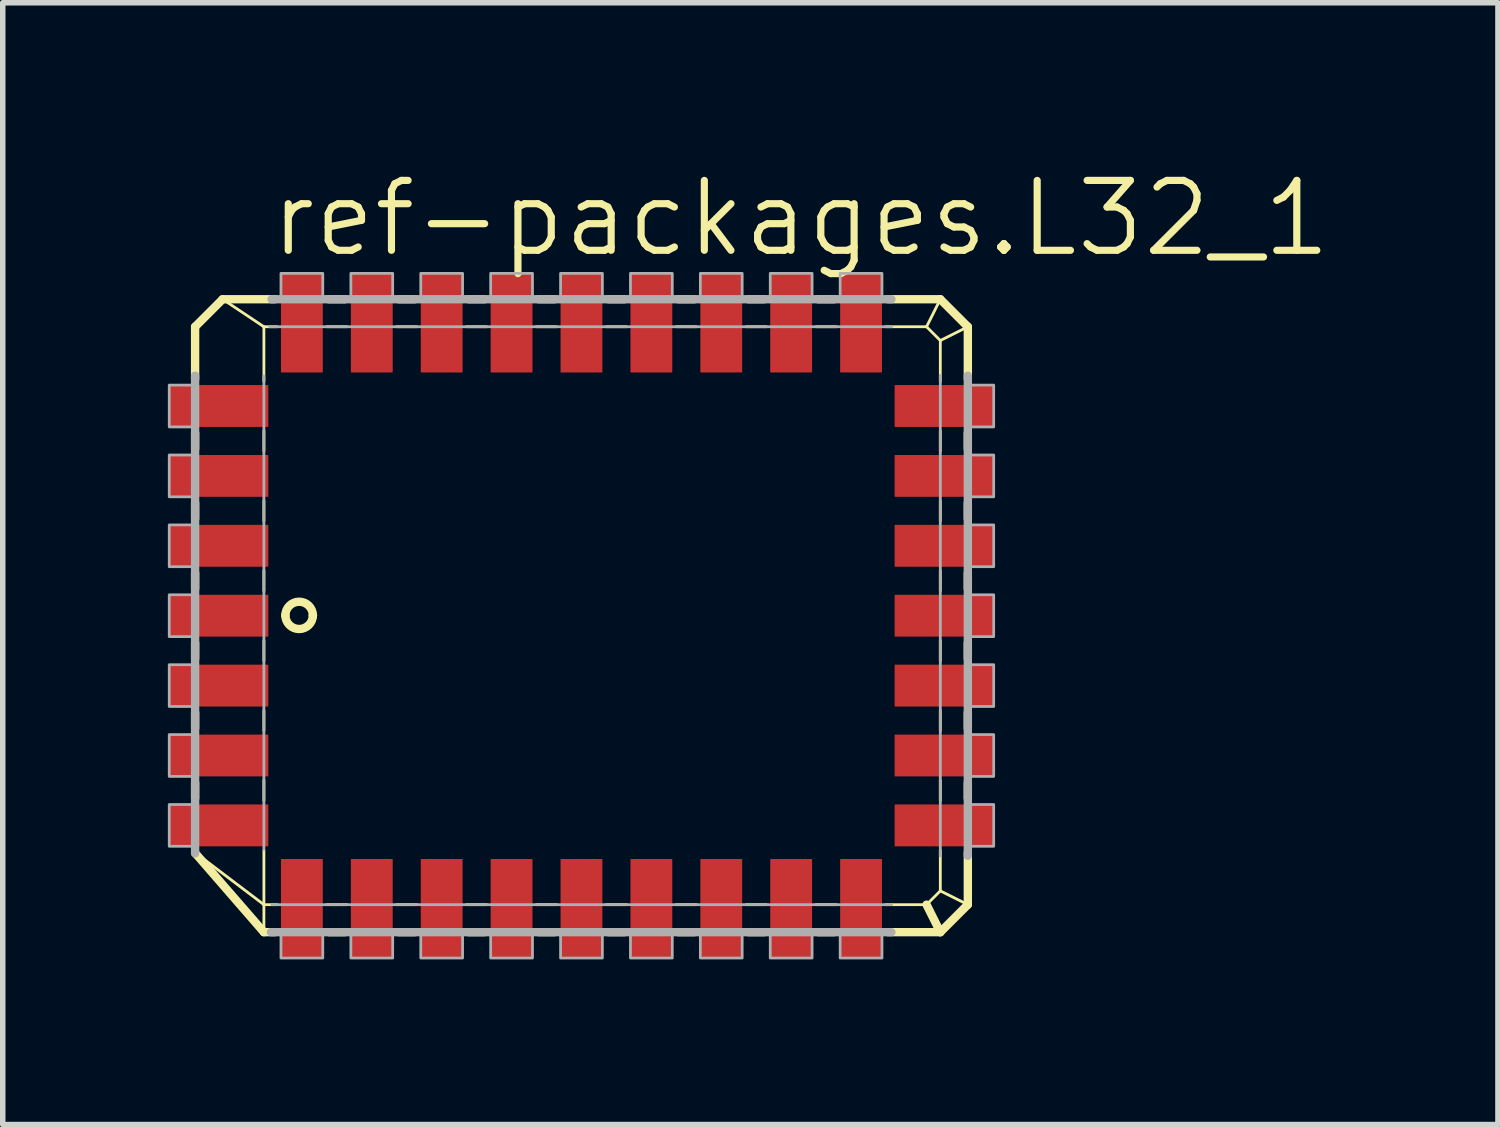
<source format=kicad_pcb>
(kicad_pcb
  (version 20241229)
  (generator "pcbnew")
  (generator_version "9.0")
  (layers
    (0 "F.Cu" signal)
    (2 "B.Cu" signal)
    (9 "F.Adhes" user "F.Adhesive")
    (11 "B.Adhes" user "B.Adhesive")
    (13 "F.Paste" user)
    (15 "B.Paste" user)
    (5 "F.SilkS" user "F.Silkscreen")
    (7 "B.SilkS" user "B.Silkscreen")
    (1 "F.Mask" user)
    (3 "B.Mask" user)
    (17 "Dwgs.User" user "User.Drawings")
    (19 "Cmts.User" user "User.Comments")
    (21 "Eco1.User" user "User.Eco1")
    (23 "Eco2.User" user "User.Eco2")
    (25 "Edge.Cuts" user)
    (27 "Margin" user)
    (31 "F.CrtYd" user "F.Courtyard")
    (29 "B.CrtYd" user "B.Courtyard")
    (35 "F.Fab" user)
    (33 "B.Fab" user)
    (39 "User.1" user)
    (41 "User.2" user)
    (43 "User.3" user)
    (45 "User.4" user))
  (footprint "ref-packages.L32_1"
    (layer "F.Cu")
    (at 7.515 8.137)
    (property "Reference" "ref-packages.L32_1" (at -5.715 -6.477 0) (layer "F.SilkS") (effects (font (size 1.27 1.27) (thickness 0.13)) (justify left bottom)))
    (attr smd)
    (fp_line (start -7.02 -5.25) (end -6.52 -5.75) (stroke (width 0.152) (type default)) (layer "F.SilkS"))
    (fp_line (start -7.02 -4.301) (end -7.02 -5.25) (stroke (width 0.152) (type default)) (layer "F.SilkS"))
    (fp_line (start -7.02 -3.031) (end -7.02 -3.319) (stroke (width 0.152) (type default)) (layer "F.SilkS"))
    (fp_line (start -7.02 -1.761) (end -7.02 -2.049) (stroke (width 0.152) (type default)) (layer "F.SilkS"))
    (fp_line (start -7.02 -0.491) (end -7.02 -0.779) (stroke (width 0.152) (type default)) (layer "F.SilkS"))
    (fp_line (start -7.02 0.779) (end -7.02 0.491) (stroke (width 0.152) (type default)) (layer "F.SilkS"))
    (fp_line (start -7.02 2.049) (end -7.02 1.761) (stroke (width 0.152) (type default)) (layer "F.SilkS"))
    (fp_line (start -7.02 3.319) (end -7.02 3.031) (stroke (width 0.152) (type default)) (layer "F.SilkS"))
    (fp_line (start -6.52 -5.75) (end -5.77 -5.25) (stroke (width 0.051) (type default)) (layer "F.SilkS"))
    (fp_line (start -6.52 -5.75) (end -5.571 -5.75) (stroke (width 0.152) (type default)) (layer "F.SilkS"))
    (fp_line (start -5.77 -5.25) (end -5.531 -5.25) (stroke (width 0.051) (type default)) (layer "F.SilkS"))
    (fp_line (start -5.77 -4.261) (end -5.77 -5.25) (stroke (width 0.051) (type default)) (layer "F.SilkS"))
    (fp_line (start -5.77 -2.991) (end -5.77 -3.359) (stroke (width 0.051) (type default)) (layer "F.SilkS"))
    (fp_line (start -5.77 -1.721) (end -5.77 -2.089) (stroke (width 0.051) (type default)) (layer "F.SilkS"))
    (fp_line (start -5.77 -0.451) (end -5.77 -0.819) (stroke (width 0.051) (type default)) (layer "F.SilkS"))
    (fp_line (start -5.77 0.819) (end -5.77 0.451) (stroke (width 0.051) (type default)) (layer "F.SilkS"))
    (fp_line (start -5.77 2.089) (end -5.77 1.721) (stroke (width 0.051) (type default)) (layer "F.SilkS"))
    (fp_line (start -5.77 3.359) (end -5.77 2.991) (stroke (width 0.051) (type default)) (layer "F.SilkS"))
    (fp_line (start -5.77 5.25) (end -7.009 4.312) (stroke (width 0.051) (type default)) (layer "F.SilkS"))
    (fp_line (start -5.77 5.25) (end -5.77 4.261) (stroke (width 0.051) (type default)) (layer "F.SilkS"))
    (fp_line (start -5.77 5.75) (end -7.02 4.311) (stroke (width 0.152) (type default)) (layer "F.SilkS"))
    (fp_line (start -5.77 5.75) (end -5.77 5.25) (stroke (width 0.051) (type default)) (layer "F.SilkS"))
    (fp_line (start -5.571 5.75) (end -5.77 5.75) (stroke (width 0.152) (type default)) (layer "F.SilkS"))
    (fp_line (start -5.531 5.25) (end -5.77 5.25) (stroke (width 0.051) (type default)) (layer "F.SilkS"))
    (fp_line (start -4.629 -5.25) (end -4.261 -5.25) (stroke (width 0.051) (type default)) (layer "F.SilkS"))
    (fp_line (start -4.589 -5.75) (end -4.301 -5.75) (stroke (width 0.152) (type default)) (layer "F.SilkS"))
    (fp_line (start -4.301 5.75) (end -4.589 5.75) (stroke (width 0.152) (type default)) (layer "F.SilkS"))
    (fp_line (start -4.261 5.25) (end -4.629 5.25) (stroke (width 0.051) (type default)) (layer "F.SilkS"))
    (fp_line (start -3.359 -5.25) (end -2.991 -5.25) (stroke (width 0.051) (type default)) (layer "F.SilkS"))
    (fp_line (start -3.319 -5.75) (end -3.031 -5.75) (stroke (width 0.152) (type default)) (layer "F.SilkS"))
    (fp_line (start -3.031 5.75) (end -3.319 5.75) (stroke (width 0.152) (type default)) (layer "F.SilkS"))
    (fp_line (start -2.991 5.25) (end -3.359 5.25) (stroke (width 0.051) (type default)) (layer "F.SilkS"))
    (fp_line (start -2.089 -5.25) (end -1.721 -5.25) (stroke (width 0.051) (type default)) (layer "F.SilkS"))
    (fp_line (start -2.049 -5.75) (end -1.761 -5.75) (stroke (width 0.152) (type default)) (layer "F.SilkS"))
    (fp_line (start -1.761 5.75) (end -2.049 5.75) (stroke (width 0.152) (type default)) (layer "F.SilkS"))
    (fp_line (start -1.721 5.25) (end -2.089 5.25) (stroke (width 0.051) (type default)) (layer "F.SilkS"))
    (fp_line (start -0.819 -5.25) (end -0.451 -5.25) (stroke (width 0.051) (type default)) (layer "F.SilkS"))
    (fp_line (start -0.779 -5.75) (end -0.491 -5.75) (stroke (width 0.152) (type default)) (layer "F.SilkS"))
    (fp_line (start -0.491 5.75) (end -0.779 5.75) (stroke (width 0.152) (type default)) (layer "F.SilkS"))
    (fp_line (start -0.451 5.25) (end -0.819 5.25) (stroke (width 0.051) (type default)) (layer "F.SilkS"))
    (fp_line (start 0.451 -5.25) (end 0.819 -5.25) (stroke (width 0.051) (type default)) (layer "F.SilkS"))
    (fp_line (start 0.491 -5.75) (end 0.779 -5.75) (stroke (width 0.152) (type default)) (layer "F.SilkS"))
    (fp_line (start 0.779 5.75) (end 0.491 5.75) (stroke (width 0.152) (type default)) (layer "F.SilkS"))
    (fp_line (start 0.819 5.25) (end 0.451 5.25) (stroke (width 0.051) (type default)) (layer "F.SilkS"))
    (fp_line (start 1.721 -5.25) (end 2.089 -5.25) (stroke (width 0.051) (type default)) (layer "F.SilkS"))
    (fp_line (start 1.761 -5.75) (end 2.049 -5.75) (stroke (width 0.152) (type default)) (layer "F.SilkS"))
    (fp_line (start 2.049 5.75) (end 1.761 5.75) (stroke (width 0.152) (type default)) (layer "F.SilkS"))
    (fp_line (start 2.089 5.25) (end 1.721 5.25) (stroke (width 0.051) (type default)) (layer "F.SilkS"))
    (fp_line (start 2.991 -5.25) (end 3.359 -5.25) (stroke (width 0.051) (type default)) (layer "F.SilkS"))
    (fp_line (start 3.031 -5.75) (end 3.319 -5.75) (stroke (width 0.152) (type default)) (layer "F.SilkS"))
    (fp_line (start 3.319 5.75) (end 3.031 5.75) (stroke (width 0.152) (type default)) (layer "F.SilkS"))
    (fp_line (start 3.359 5.25) (end 2.991 5.25) (stroke (width 0.051) (type default)) (layer "F.SilkS"))
    (fp_line (start 4.261 -5.25) (end 4.629 -5.25) (stroke (width 0.051) (type default)) (layer "F.SilkS"))
    (fp_line (start 4.301 -5.75) (end 4.589 -5.75) (stroke (width 0.152) (type default)) (layer "F.SilkS"))
    (fp_line (start 4.589 5.75) (end 4.301 5.75) (stroke (width 0.152) (type default)) (layer "F.SilkS"))
    (fp_line (start 4.629 5.25) (end 4.261 5.25) (stroke (width 0.051) (type default)) (layer "F.SilkS"))
    (fp_line (start 5.531 -5.25) (end 6.27 -5.25) (stroke (width 0.051) (type default)) (layer "F.SilkS"))
    (fp_line (start 5.571 -5.75) (end 6.52 -5.75) (stroke (width 0.152) (type default)) (layer "F.SilkS"))
    (fp_line (start 6.27 -5.25) (end 6.52 -5.75) (stroke (width 0.051) (type default)) (layer "F.SilkS"))
    (fp_line (start 6.27 -5.25) (end 6.52 -5) (stroke (width 0.051) (type default)) (layer "F.SilkS"))
    (fp_line (start 6.27 5.25) (end 5.531 5.25) (stroke (width 0.051) (type default)) (layer "F.SilkS"))
    (fp_line (start 6.52 -5.75) (end 7.02 -5.25) (stroke (width 0.152) (type default)) (layer "F.SilkS"))
    (fp_line (start 6.52 -5) (end 6.52 -4.261) (stroke (width 0.051) (type default)) (layer "F.SilkS"))
    (fp_line (start 6.52 -5) (end 7.02 -5.25) (stroke (width 0.051) (type default)) (layer "F.SilkS"))
    (fp_line (start 6.52 -3.359) (end 6.52 -2.991) (stroke (width 0.051) (type default)) (layer "F.SilkS"))
    (fp_line (start 6.52 -2.089) (end 6.52 -1.721) (stroke (width 0.051) (type default)) (layer "F.SilkS"))
    (fp_line (start 6.52 -0.819) (end 6.52 -0.451) (stroke (width 0.051) (type default)) (layer "F.SilkS"))
    (fp_line (start 6.52 0.451) (end 6.52 0.819) (stroke (width 0.051) (type default)) (layer "F.SilkS"))
    (fp_line (start 6.52 1.721) (end 6.52 2.089) (stroke (width 0.051) (type default)) (layer "F.SilkS"))
    (fp_line (start 6.52 2.991) (end 6.52 3.359) (stroke (width 0.051) (type default)) (layer "F.SilkS"))
    (fp_line (start 6.52 4.261) (end 6.52 5) (stroke (width 0.051) (type default)) (layer "F.SilkS"))
    (fp_line (start 6.52 5) (end 6.27 5.25) (stroke (width 0.051) (type default)) (layer "F.SilkS"))
    (fp_line (start 6.52 5.75) (end 5.571 5.75) (stroke (width 0.152) (type default)) (layer "F.SilkS"))
    (fp_line (start 6.52 5.75) (end 6.27 5.25) (stroke (width 0.152) (type default)) (layer "F.SilkS"))
    (fp_line (start 7.02 -5.25) (end 7.02 -4.301) (stroke (width 0.152) (type default)) (layer "F.SilkS"))
    (fp_line (start 7.02 -3.319) (end 7.02 -3.031) (stroke (width 0.152) (type default)) (layer "F.SilkS"))
    (fp_line (start 7.02 -2.049) (end 7.02 -1.761) (stroke (width 0.152) (type default)) (layer "F.SilkS"))
    (fp_line (start 7.02 -0.779) (end 7.02 -0.491) (stroke (width 0.152) (type default)) (layer "F.SilkS"))
    (fp_line (start 7.02 0.491) (end 7.02 0.779) (stroke (width 0.152) (type default)) (layer "F.SilkS"))
    (fp_line (start 7.02 1.761) (end 7.02 2.049) (stroke (width 0.152) (type default)) (layer "F.SilkS"))
    (fp_line (start 7.02 3.031) (end 7.02 3.319) (stroke (width 0.152) (type default)) (layer "F.SilkS"))
    (fp_line (start 7.02 4.301) (end 7.02 5.25) (stroke (width 0.152) (type default)) (layer "F.SilkS"))
    (fp_line (start 7.02 5.25) (end 6.52 5) (stroke (width 0.051) (type default)) (layer "F.SilkS"))
    (fp_line (start 7.02 5.25) (end 6.52 5.75) (stroke (width 0.152) (type default)) (layer "F.SilkS"))
    (fp_arc (start -5.38 -0.001) (mid -5.132964 -0.251018) (end -4.88 -0.007) (stroke (width 0.1524) (type default)) (layer "F.SilkS"))
    (fp_arc (start -4.88 -0.007) (mid -5.131 0.242) (end -5.38 -0.009) (stroke (width 0.1524) (type default)) (layer "F.SilkS"))
    (fp_arc (start -4.88 -0.007) (mid -4.879982 -0.004) (end -4.88 -0.001) (stroke (width 0.1524) (type default)) (layer "F.SilkS"))
    (fp_line (start -7.02 4.317) (end -7.02 -4.361) (stroke (width 0.152) (type default)) (layer "F.Fab"))
    (fp_line (start -5.77 4.245) (end -5.77 -4.355) (stroke (width 0.051) (type default)) (layer "F.Fab"))
    (fp_line (start -5.666 -5.25) (end 5.635 -5.25) (stroke (width 0.051) (type default)) (layer "F.Fab"))
    (fp_line (start -5.631 -5.75) (end 5.631 -5.75) (stroke (width 0.152) (type default)) (layer "F.Fab"))
    (fp_line (start 5.631 5.75) (end -5.643 5.75) (stroke (width 0.152) (type default)) (layer "F.Fab"))
    (fp_line (start 5.635 5.25) (end -5.626 5.25) (stroke (width 0.051) (type default)) (layer "F.Fab"))
    (fp_line (start 6.52 -4.365) (end 6.52 4.365) (stroke (width 0.051) (type default)) (layer "F.Fab"))
    (fp_line (start 7.02 -4.361) (end 7.02 4.361) (stroke (width 0.152) (type default)) (layer "F.Fab"))
    (fp_rect (start -7.49 -3.43) (end -7.02 -4.19) (stroke (width 0.05) (type default)) (fill no) (layer "F.Fab"))
    (fp_rect (start -7.49 -2.16) (end -7.02 -2.92) (stroke (width 0.05) (type default)) (fill no) (layer "F.Fab"))
    (fp_rect (start -7.49 -0.89) (end -7.02 -1.65) (stroke (width 0.05) (type default)) (fill no) (layer "F.Fab"))
    (fp_rect (start -7.49 0.38) (end -7.02 -0.38) (stroke (width 0.05) (type default)) (fill no) (layer "F.Fab"))
    (fp_rect (start -7.49 1.65) (end -7.02 0.89) (stroke (width 0.05) (type default)) (fill no) (layer "F.Fab"))
    (fp_rect (start -7.49 2.92) (end -7.02 2.16) (stroke (width 0.05) (type default)) (fill no) (layer "F.Fab"))
    (fp_rect (start -7.49 4.19) (end -7.02 3.43) (stroke (width 0.05) (type default)) (fill no) (layer "F.Fab"))
    (fp_rect (start -5.46 -5.75) (end -4.7 -6.22) (stroke (width 0.05) (type default)) (fill no) (layer "F.Fab"))
    (fp_rect (start -5.46 6.22) (end -4.7 5.75) (stroke (width 0.05) (type default)) (fill no) (layer "F.Fab"))
    (fp_rect (start -4.19 -5.75) (end -3.43 -6.22) (stroke (width 0.05) (type default)) (fill no) (layer "F.Fab"))
    (fp_rect (start -4.19 6.22) (end -3.43 5.75) (stroke (width 0.05) (type default)) (fill no) (layer "F.Fab"))
    (fp_rect (start -2.92 -5.75) (end -2.16 -6.22) (stroke (width 0.05) (type default)) (fill no) (layer "F.Fab"))
    (fp_rect (start -2.92 6.22) (end -2.16 5.75) (stroke (width 0.05) (type default)) (fill no) (layer "F.Fab"))
    (fp_rect (start -1.65 -5.75) (end -0.89 -6.22) (stroke (width 0.05) (type default)) (fill no) (layer "F.Fab"))
    (fp_rect (start -1.65 6.22) (end -0.89 5.75) (stroke (width 0.05) (type default)) (fill no) (layer "F.Fab"))
    (fp_rect (start -0.38 -5.75) (end 0.38 -6.22) (stroke (width 0.05) (type default)) (fill no) (layer "F.Fab"))
    (fp_rect (start -0.38 6.22) (end 0.38 5.75) (stroke (width 0.05) (type default)) (fill no) (layer "F.Fab"))
    (fp_rect (start 0.89 -5.75) (end 1.65 -6.22) (stroke (width 0.05) (type default)) (fill no) (layer "F.Fab"))
    (fp_rect (start 0.89 6.22) (end 1.65 5.75) (stroke (width 0.05) (type default)) (fill no) (layer "F.Fab"))
    (fp_rect (start 2.16 -5.75) (end 2.92 -6.22) (stroke (width 0.05) (type default)) (fill no) (layer "F.Fab"))
    (fp_rect (start 2.16 6.22) (end 2.92 5.75) (stroke (width 0.05) (type default)) (fill no) (layer "F.Fab"))
    (fp_rect (start 3.43 -5.75) (end 4.19 -6.22) (stroke (width 0.05) (type default)) (fill no) (layer "F.Fab"))
    (fp_rect (start 3.43 6.22) (end 4.19 5.75) (stroke (width 0.05) (type default)) (fill no) (layer "F.Fab"))
    (fp_rect (start 4.7 -5.75) (end 5.46 -6.22) (stroke (width 0.05) (type default)) (fill no) (layer "F.Fab"))
    (fp_rect (start 4.7 6.22) (end 5.46 5.75) (stroke (width 0.05) (type default)) (fill no) (layer "F.Fab"))
    (fp_rect (start 7.02 -3.43) (end 7.49 -4.19) (stroke (width 0.05) (type default)) (fill no) (layer "F.Fab"))
    (fp_rect (start 7.02 -2.16) (end 7.49 -2.92) (stroke (width 0.05) (type default)) (fill no) (layer "F.Fab"))
    (fp_rect (start 7.02 -0.89) (end 7.49 -1.65) (stroke (width 0.05) (type default)) (fill no) (layer "F.Fab"))
    (fp_rect (start 7.02 0.38) (end 7.49 -0.38) (stroke (width 0.05) (type default)) (fill no) (layer "F.Fab"))
    (fp_rect (start 7.02 1.65) (end 7.49 0.89) (stroke (width 0.05) (type default)) (fill no) (layer "F.Fab"))
    (fp_rect (start 7.02 2.92) (end 7.49 2.16) (stroke (width 0.05) (type default)) (fill no) (layer "F.Fab"))
    (fp_rect (start 7.02 4.19) (end 7.49 3.43) (stroke (width 0.05) (type default)) (fill no) (layer "F.Fab"))
    (pad "1" smd roundrect (at -6.59 0) (size 1.8 0.76) (layers "F.Cu" "F.Mask" "F.Paste") (roundrect_rratio 0.01))
    (pad "2" smd roundrect (at -6.59 1.27) (size 1.8 0.76) (layers "F.Cu" "F.Mask" "F.Paste") (roundrect_rratio 0.01))
    (pad "3" smd roundrect (at -6.59 2.54) (size 1.8 0.76) (layers "F.Cu" "F.Mask" "F.Paste") (roundrect_rratio 0.01))
    (pad "4" smd roundrect (at -6.59 3.81) (size 1.8 0.76) (layers "F.Cu" "F.Mask" "F.Paste") (roundrect_rratio 0.01))
    (pad "5" smd roundrect (at -5.08 5.32) (size 0.76 1.8) (layers "F.Cu" "F.Mask" "F.Paste") (roundrect_rratio 0.01))
    (pad "6" smd roundrect (at -3.81 5.32) (size 0.76 1.8) (layers "F.Cu" "F.Mask" "F.Paste") (roundrect_rratio 0.01))
    (pad "7" smd roundrect (at -2.54 5.32) (size 0.76 1.8) (layers "F.Cu" "F.Mask" "F.Paste") (roundrect_rratio 0.01))
    (pad "8" smd roundrect (at -1.27 5.32) (size 0.76 1.8) (layers "F.Cu" "F.Mask" "F.Paste") (roundrect_rratio 0.01))
    (pad "9" smd roundrect (at 0 5.32) (size 0.76 1.8) (layers "F.Cu" "F.Mask" "F.Paste") (roundrect_rratio 0.01))
    (pad "10" smd roundrect (at 1.27 5.32) (size 0.76 1.8) (layers "F.Cu" "F.Mask" "F.Paste") (roundrect_rratio 0.01))
    (pad "11" smd roundrect (at 2.54 5.32) (size 0.76 1.8) (layers "F.Cu" "F.Mask" "F.Paste") (roundrect_rratio 0.01))
    (pad "12" smd roundrect (at 3.81 5.32) (size 0.76 1.8) (layers "F.Cu" "F.Mask" "F.Paste") (roundrect_rratio 0.01))
    (pad "13" smd roundrect (at 5.08 5.32) (size 0.76 1.8) (layers "F.Cu" "F.Mask" "F.Paste") (roundrect_rratio 0.01))
    (pad "14" smd roundrect (at 6.59 3.81) (size 1.8 0.76) (layers "F.Cu" "F.Mask" "F.Paste") (roundrect_rratio 0.01))
    (pad "15" smd roundrect (at 6.59 2.54) (size 1.8 0.76) (layers "F.Cu" "F.Mask" "F.Paste") (roundrect_rratio 0.01))
    (pad "16" smd roundrect (at 6.59 1.27) (size 1.8 0.76) (layers "F.Cu" "F.Mask" "F.Paste") (roundrect_rratio 0.01))
    (pad "17" smd roundrect (at 6.59 0) (size 1.8 0.76) (layers "F.Cu" "F.Mask" "F.Paste") (roundrect_rratio 0.01))
    (pad "18" smd roundrect (at 6.59 -1.27) (size 1.8 0.76) (layers "F.Cu" "F.Mask" "F.Paste") (roundrect_rratio 0.01))
    (pad "19" smd roundrect (at 6.59 -2.54) (size 1.8 0.76) (layers "F.Cu" "F.Mask" "F.Paste") (roundrect_rratio 0.01))
    (pad "20" smd roundrect (at 6.59 -3.81) (size 1.8 0.76) (layers "F.Cu" "F.Mask" "F.Paste") (roundrect_rratio 0.01))
    (pad "21" smd roundrect (at 5.08 -5.32) (size 0.76 1.8) (layers "F.Cu" "F.Mask" "F.Paste") (roundrect_rratio 0.01))
    (pad "22" smd roundrect (at 3.81 -5.32) (size 0.76 1.8) (layers "F.Cu" "F.Mask" "F.Paste") (roundrect_rratio 0.01))
    (pad "23" smd roundrect (at 2.54 -5.32) (size 0.76 1.8) (layers "F.Cu" "F.Mask" "F.Paste") (roundrect_rratio 0.01))
    (pad "24" smd roundrect (at 1.27 -5.32) (size 0.76 1.8) (layers "F.Cu" "F.Mask" "F.Paste") (roundrect_rratio 0.01))
    (pad "25" smd roundrect (at 0 -5.32) (size 0.76 1.8) (layers "F.Cu" "F.Mask" "F.Paste") (roundrect_rratio 0.01))
    (pad "26" smd roundrect (at -1.27 -5.32) (size 0.76 1.8) (layers "F.Cu" "F.Mask" "F.Paste") (roundrect_rratio 0.01))
    (pad "27" smd roundrect (at -2.54 -5.32) (size 0.76 1.8) (layers "F.Cu" "F.Mask" "F.Paste") (roundrect_rratio 0.01))
    (pad "28" smd roundrect (at -3.81 -5.32) (size 0.76 1.8) (layers "F.Cu" "F.Mask" "F.Paste") (roundrect_rratio 0.01))
    (pad "29" smd roundrect (at -5.08 -5.32) (size 0.76 1.8) (layers "F.Cu" "F.Mask" "F.Paste") (roundrect_rratio 0.01))
    (pad "30" smd roundrect (at -6.59 -3.81) (size 1.8 0.76) (layers "F.Cu" "F.Mask" "F.Paste") (roundrect_rratio 0.01))
    (pad "31" smd roundrect (at -6.59 -2.54) (size 1.8 0.76) (layers "F.Cu" "F.Mask" "F.Paste") (roundrect_rratio 0.01))
    (pad "32" smd roundrect (at -6.59 -1.27) (size 1.8 0.76) (layers "F.Cu" "F.Mask" "F.Paste") (roundrect_rratio 0.01)))
  (gr_rect
    (start -3 -3)
    (end 24.167 17.382)
    (stroke (width 0.1) (type default))
    (fill no)
    (layer "Edge.Cuts")))
</source>
